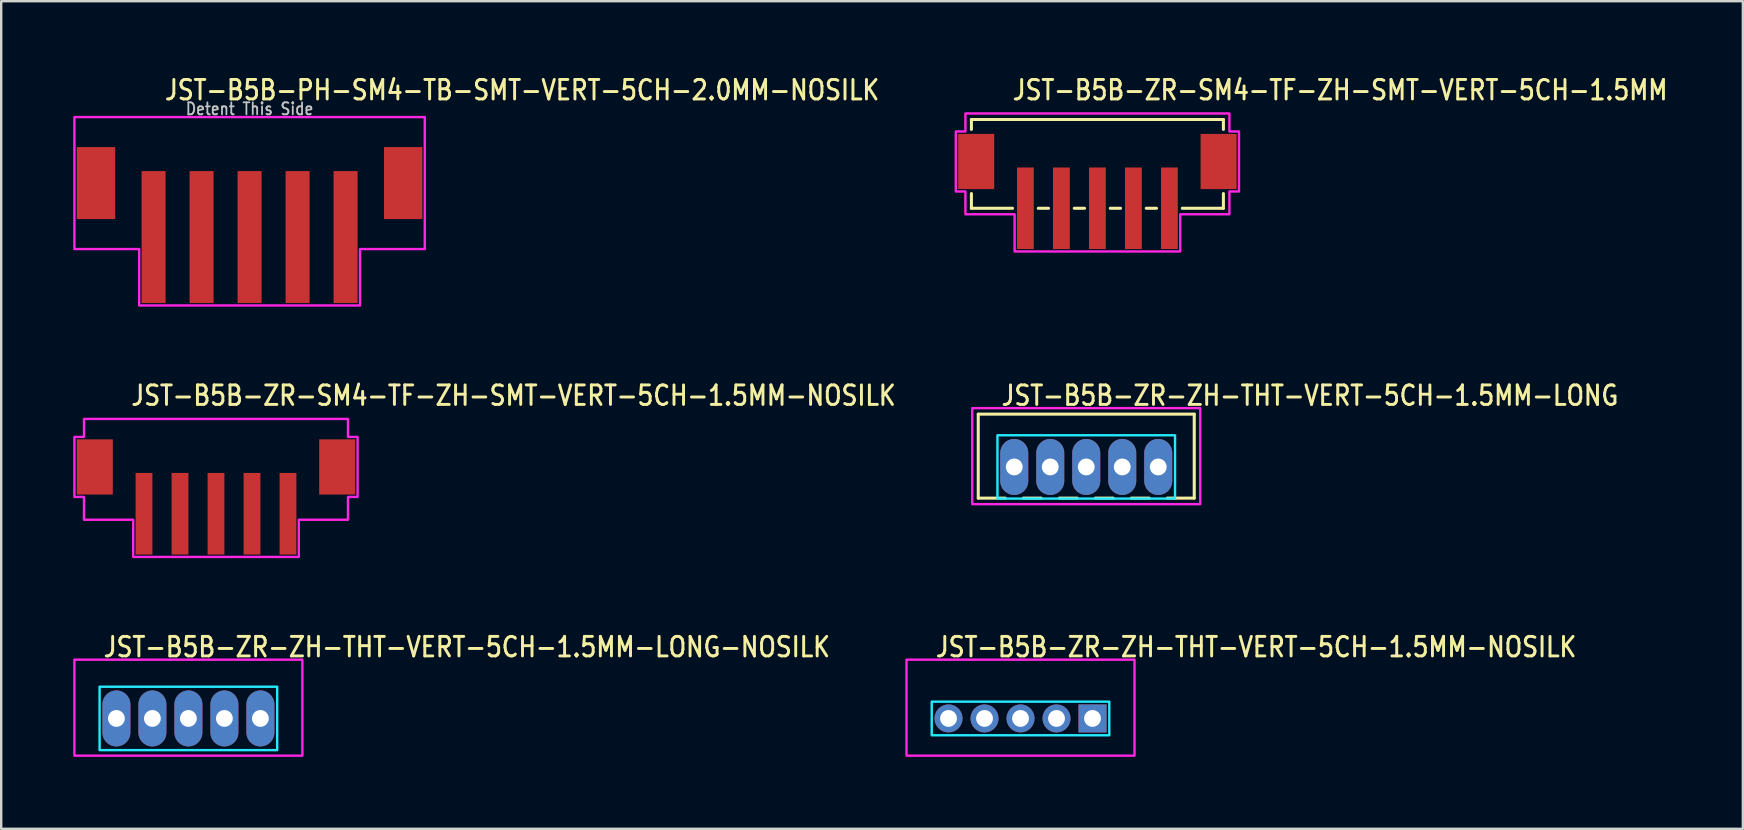
<source format=kicad_pcb>
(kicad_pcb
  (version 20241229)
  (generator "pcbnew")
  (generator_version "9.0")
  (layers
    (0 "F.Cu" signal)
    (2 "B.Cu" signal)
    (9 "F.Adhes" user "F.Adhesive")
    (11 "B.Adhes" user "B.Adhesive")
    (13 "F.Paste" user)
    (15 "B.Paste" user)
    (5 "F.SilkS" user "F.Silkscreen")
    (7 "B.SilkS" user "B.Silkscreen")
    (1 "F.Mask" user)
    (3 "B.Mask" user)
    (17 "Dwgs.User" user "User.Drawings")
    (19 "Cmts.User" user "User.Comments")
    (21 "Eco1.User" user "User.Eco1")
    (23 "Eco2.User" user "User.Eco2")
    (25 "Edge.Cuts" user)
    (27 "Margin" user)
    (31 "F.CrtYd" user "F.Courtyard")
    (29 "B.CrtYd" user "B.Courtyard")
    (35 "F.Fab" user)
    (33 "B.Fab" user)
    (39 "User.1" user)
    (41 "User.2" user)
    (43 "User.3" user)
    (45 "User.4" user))
  (footprint "JST-B5B-ZR-ZH-THT-VERT-5CH-1.5MM-NOSILK"
    (layer "F.Cu")
    (at 39.473 26.886)
    (property "Reference" "JST-B5B-ZR-ZH-THT-VERT-5CH-1.5MM-NOSILK" (at -3.6 -2.5 0) (unlocked yes) (layer "F.SilkS") (effects (font (size 0.813 0.695) (thickness 0.122)) (justify left bottom)))
    (fp_poly (pts (xy -3.7 -0.7) (xy -3.7 0.7) (xy 3.7 0.7) (xy 3.7 -0.7)) (stroke (width 0.1) (type solid)) (fill no) (layer "B.CrtYd"))
    (fp_poly (pts (xy -4.75 -2.45) (xy -4.75 1.55) (xy 4.75 1.55) (xy 4.75 -2.45)) (stroke (width 0.1) (type solid)) (fill no) (layer "F.CrtYd"))
    (pad "1" thru_hole rect (at 3 0) (size 1.167 1.167) (drill 0.7) (layers "*.Cu" "*.Mask"))
    (pad "2" thru_hole oval (at 1.5 0) (size 1.167 1.167) (drill 0.7) (layers "*.Cu" "*.Mask"))
    (pad "3" thru_hole oval (at 0 0) (size 1.167 1.167) (drill 0.7) (layers "*.Cu" "*.Mask"))
    (pad "4" thru_hole oval (at -1.5 0) (size 1.167 1.167) (drill 0.7) (layers "*.Cu" "*.Mask"))
    (pad "5" thru_hole oval (at -3 0) (size 1.167 1.167) (drill 0.7) (layers "*.Cu" "*.Mask")))
  (footprint "JST-B5B-ZR-ZH-THT-VERT-5CH-1.5MM-LONG"
    (layer "F.Cu")
    (at 42.212 16.407)
    (property "Reference" "JST-B5B-ZR-ZH-THT-VERT-5CH-1.5MM-LONG" (at -3.6 -2.5 0) (unlocked yes) (layer "F.SilkS") (effects (font (size 0.813 0.695) (thickness 0.122)) (justify left bottom)))
    (fp_line (start -4.5 -2.2) (end 4.5 -2.2) (stroke (width 0.127) (type solid)) (layer "F.SilkS"))
    (fp_line (start -4.5 1.3) (end -4.5 -2.2) (stroke (width 0.127) (type solid)) (layer "F.SilkS"))
    (fp_line (start -4.5 1.3) (end -3.375 1.3) (stroke (width 0.127) (type solid)) (layer "F.SilkS"))
    (fp_line (start -2.625 1.3) (end -1.875 1.3) (stroke (width 0.127) (type solid)) (layer "F.SilkS"))
    (fp_line (start -1.125 1.3) (end -0.375 1.3) (stroke (width 0.127) (type solid)) (layer "F.SilkS"))
    (fp_line (start 0.375 1.3) (end 1.125 1.3) (stroke (width 0.127) (type solid)) (layer "F.SilkS"))
    (fp_line (start 1.875 1.3) (end 2.625 1.3) (stroke (width 0.127) (type solid)) (layer "F.SilkS"))
    (fp_line (start 3.375 1.3) (end 4.5 1.3) (stroke (width 0.127) (type solid)) (layer "F.SilkS"))
    (fp_line (start 4.5 -2.2) (end 4.5 1.3) (stroke (width 0.127) (type solid)) (layer "F.SilkS"))
    (fp_poly (pts (xy -3.7 -1.32) (xy -3.7 1.32) (xy 3.7 1.32) (xy 3.7 -1.32)) (stroke (width 0.1) (type solid)) (fill no) (layer "B.CrtYd"))
    (fp_poly (pts (xy -4.75 -2.45) (xy -4.75 1.55) (xy 4.75 1.55) (xy 4.75 -2.45)) (stroke (width 0.1) (type solid)) (fill no) (layer "F.CrtYd"))
    (pad "1" thru_hole oval (at 3 0 90) (size 2.333 1.167) (drill 0.7) (layers "*.Cu" "*.Mask"))
    (pad "2" thru_hole oval (at 1.5 0 90) (size 2.333 1.167) (drill 0.7) (layers "*.Cu" "*.Mask"))
    (pad "3" thru_hole oval (at 0 0 90) (size 2.333 1.167) (drill 0.7) (layers "*.Cu" "*.Mask"))
    (pad "4" thru_hole oval (at -1.5 0 90) (size 2.333 1.167) (drill 0.7) (layers "*.Cu" "*.Mask"))
    (pad "5" thru_hole oval (at -3 0 90) (size 2.333 1.167) (drill 0.7) (layers "*.Cu" "*.Mask")))
  (footprint "JST-B5B-ZR-SM4-TF-ZH-SMT-VERT-5CH-1.5MM-NOSILK"
    (layer "F.Cu")
    (at 5.95 16.407)
    (property "Reference" "JST-B5B-ZR-SM4-TF-ZH-SMT-VERT-5CH-1.5MM-NOSILK" (at -3.6 -2.5 0) (unlocked yes) (layer "F.SilkS") (effects (font (size 0.813 0.695) (thickness 0.122)) (justify left bottom)))
    (fp_poly (pts (xy -5.5 -2) (xy -5.5 -1.25) (xy -5.9 -1.25) (xy -5.9 1.25) (xy -5.5 1.25) (xy -5.5 2.2) (xy -3.45 2.2) (xy -3.45 3.75) (xy 3.45 3.75) (xy 3.45 2.2) (xy 5.5 2.2) (xy 5.5 1.25) (xy 5.9 1.25) (xy 5.9 -1.25) (xy 5.5 -1.25) (xy 5.5 -2)) (stroke (width 0.1) (type solid)) (fill no) (layer "F.CrtYd"))
    (pad "1" smd rect (at -3 1.95) (size 0.7 3.4) (layers "F.Cu" "F.Mask" "F.Paste"))
    (pad "2" smd rect (at -1.5 1.95) (size 0.7 3.4) (layers "F.Cu" "F.Mask" "F.Paste"))
    (pad "3" smd rect (at 0 1.95) (size 0.7 3.4) (layers "F.Cu" "F.Mask" "F.Paste"))
    (pad "4" smd rect (at 1.5 1.95) (size 0.7 3.4) (layers "F.Cu" "F.Mask" "F.Paste"))
    (pad "5" smd rect (at 3 1.95) (size 0.7 3.4) (layers "F.Cu" "F.Mask" "F.Paste"))
    (pad "6" smd rect (at 5.05 0) (size 1.5 2.3) (layers "F.Cu" "F.Mask" "F.Paste"))
    (pad "7" smd rect (at -5.05 0) (size 1.5 2.3) (layers "F.Cu" "F.Mask" "F.Paste")))
  (footprint "JST-B5B-ZR-ZH-THT-VERT-5CH-1.5MM-LONG-NOSILK"
    (layer "F.Cu")
    (at 4.8 26.886)
    (property "Reference" "JST-B5B-ZR-ZH-THT-VERT-5CH-1.5MM-LONG-NOSILK" (at -3.6 -2.5 0) (unlocked yes) (layer "F.SilkS") (effects (font (size 0.813 0.695) (thickness 0.122)) (justify left bottom)))
    (fp_poly (pts (xy -3.7 -1.32) (xy -3.7 1.32) (xy 3.7 1.32) (xy 3.7 -1.32)) (stroke (width 0.1) (type solid)) (fill no) (layer "B.CrtYd"))
    (fp_poly (pts (xy -4.75 -2.45) (xy -4.75 1.55) (xy 4.75 1.55) (xy 4.75 -2.45)) (stroke (width 0.1) (type solid)) (fill no) (layer "F.CrtYd"))
    (pad "1" thru_hole oval (at 3 0 90) (size 2.333 1.167) (drill 0.7) (layers "*.Cu" "*.Mask"))
    (pad "2" thru_hole oval (at 1.5 0 90) (size 2.333 1.167) (drill 0.7) (layers "*.Cu" "*.Mask"))
    (pad "3" thru_hole oval (at 0 0 90) (size 2.333 1.167) (drill 0.7) (layers "*.Cu" "*.Mask"))
    (pad "4" thru_hole oval (at -1.5 0 90) (size 2.333 1.167) (drill 0.7) (layers "*.Cu" "*.Mask"))
    (pad "5" thru_hole oval (at -3 0 90) (size 2.333 1.167) (drill 0.7) (layers "*.Cu" "*.Mask")))
  (footprint "JST-B5B-ZR-SM4-TF-ZH-SMT-VERT-5CH-1.5MM"
    (layer "F.Cu")
    (at 42.677 3.679)
    (property "Reference" "JST-B5B-ZR-SM4-TF-ZH-SMT-VERT-5CH-1.5MM" (at -3.6 -2.5 0) (unlocked yes) (layer "F.SilkS") (effects (font (size 0.813 0.695) (thickness 0.122)) (justify left bottom)))
    (fp_line (start -5.25 -1.75) (end -5.25 -1.337) (stroke (width 0.127) (type solid)) (layer "F.SilkS"))
    (fp_line (start -5.25 -1.75) (end 5.25 -1.75) (stroke (width 0.127) (type solid)) (layer "F.SilkS"))
    (fp_line (start -5.25 1.95) (end -5.25 1.337) (stroke (width 0.127) (type solid)) (layer "F.SilkS"))
    (fp_line (start -5.25 1.95) (end -3.537 1.95) (stroke (width 0.127) (type solid)) (layer "F.SilkS"))
    (fp_line (start -2.463 1.95) (end -2.037 1.95) (stroke (width 0.127) (type solid)) (layer "F.SilkS"))
    (fp_line (start -0.964 1.95) (end -0.536 1.95) (stroke (width 0.127) (type solid)) (layer "F.SilkS"))
    (fp_line (start 0.536 1.95) (end 0.964 1.95) (stroke (width 0.127) (type solid)) (layer "F.SilkS"))
    (fp_line (start 2.037 1.95) (end 2.463 1.95) (stroke (width 0.127) (type solid)) (layer "F.SilkS"))
    (fp_line (start 3.537 1.95) (end 5.25 1.95) (stroke (width 0.127) (type solid)) (layer "F.SilkS"))
    (fp_line (start 5.25 -1.337) (end 5.25 -1.75) (stroke (width 0.127) (type solid)) (layer "F.SilkS"))
    (fp_line (start 5.25 1.337) (end 5.25 1.95) (stroke (width 0.127) (type solid)) (layer "F.SilkS"))
    (fp_poly (pts (xy -5.5 -2) (xy -5.5 -1.25) (xy -5.9 -1.25) (xy -5.9 1.25) (xy -5.5 1.25) (xy -5.5 2.2) (xy -3.45 2.2) (xy -3.45 3.75) (xy 3.45 3.75) (xy 3.45 2.2) (xy 5.5 2.2) (xy 5.5 1.25) (xy 5.9 1.25) (xy 5.9 -1.25) (xy 5.5 -1.25) (xy 5.5 -2)) (stroke (width 0.1) (type solid)) (fill no) (layer "F.CrtYd"))
    (pad "1" smd rect (at -3 1.95) (size 0.7 3.4) (layers "F.Cu" "F.Mask" "F.Paste"))
    (pad "2" smd rect (at -1.5 1.95) (size 0.7 3.4) (layers "F.Cu" "F.Mask" "F.Paste"))
    (pad "3" smd rect (at 0 1.95) (size 0.7 3.4) (layers "F.Cu" "F.Mask" "F.Paste"))
    (pad "4" smd rect (at 1.5 1.95) (size 0.7 3.4) (layers "F.Cu" "F.Mask" "F.Paste"))
    (pad "5" smd rect (at 3 1.95) (size 0.7 3.4) (layers "F.Cu" "F.Mask" "F.Paste"))
    (pad "S_6" smd rect (at 5.05 0) (size 1.5 2.3) (layers "F.Cu" "F.Mask" "F.Paste"))
    (pad "S_7" smd rect (at -5.05 0) (size 1.5 2.3) (layers "F.Cu" "F.Mask" "F.Paste")))
  (footprint "JST-B5B-PH-SM4-TB-SMT-VERT-5CH-2.0MM-NOSILK"
    (layer "F.Cu")
    (at 7.35 4.579)
    (property "Reference" "JST-B5B-PH-SM4-TB-SMT-VERT-5CH-2.0MM-NOSILK" (at -3.6 -3.4 0) (unlocked yes) (layer "F.SilkS") (effects (font (size 0.813 0.695) (thickness 0.122)) (justify left bottom)))
    (fp_poly (pts (xy -7.3 -2.75) (xy -7.3 2.75) (xy -4.6 2.75) (xy -4.6 5.1) (xy 4.6 5.1) (xy 4.6 2.75) (xy 7.3 2.75) (xy 7.3 -2.75)) (stroke (width 0.1) (type solid)) (fill no) (layer "F.CrtYd"))
    (fp_text user "Detent This Side" (at 0 -2.8 0) (unlocked yes) (layer "Dwgs.User") (effects (font (size 0.5 0.427) (thickness 0.075)) (justify bottom)))
    (pad "1" smd rect (at -4 2.25) (size 1 5.5) (layers "F.Cu" "F.Mask" "F.Paste"))
    (pad "2" smd rect (at -2 2.25) (size 1 5.5) (layers "F.Cu" "F.Mask" "F.Paste"))
    (pad "3" smd rect (at 0 2.25) (size 1 5.5) (layers "F.Cu" "F.Mask" "F.Paste"))
    (pad "4" smd rect (at 2 2.25) (size 1 5.5) (layers "F.Cu" "F.Mask" "F.Paste"))
    (pad "5" smd rect (at 4 2.25) (size 1 5.5) (layers "F.Cu" "F.Mask" "F.Paste"))
    (pad "S_1" smd rect (at -6.4 0) (size 1.6 3) (layers "F.Cu" "F.Mask" "F.Paste"))
    (pad "S_2" smd rect (at 6.4 0) (size 1.6 3) (layers "F.Cu" "F.Mask" "F.Paste")))
  (gr_rect
    (start -3 -3)
    (end 69.572 31.486)
    (stroke (width 0.1) (type default))
    (fill no)
    (layer "Edge.Cuts")))
</source>
